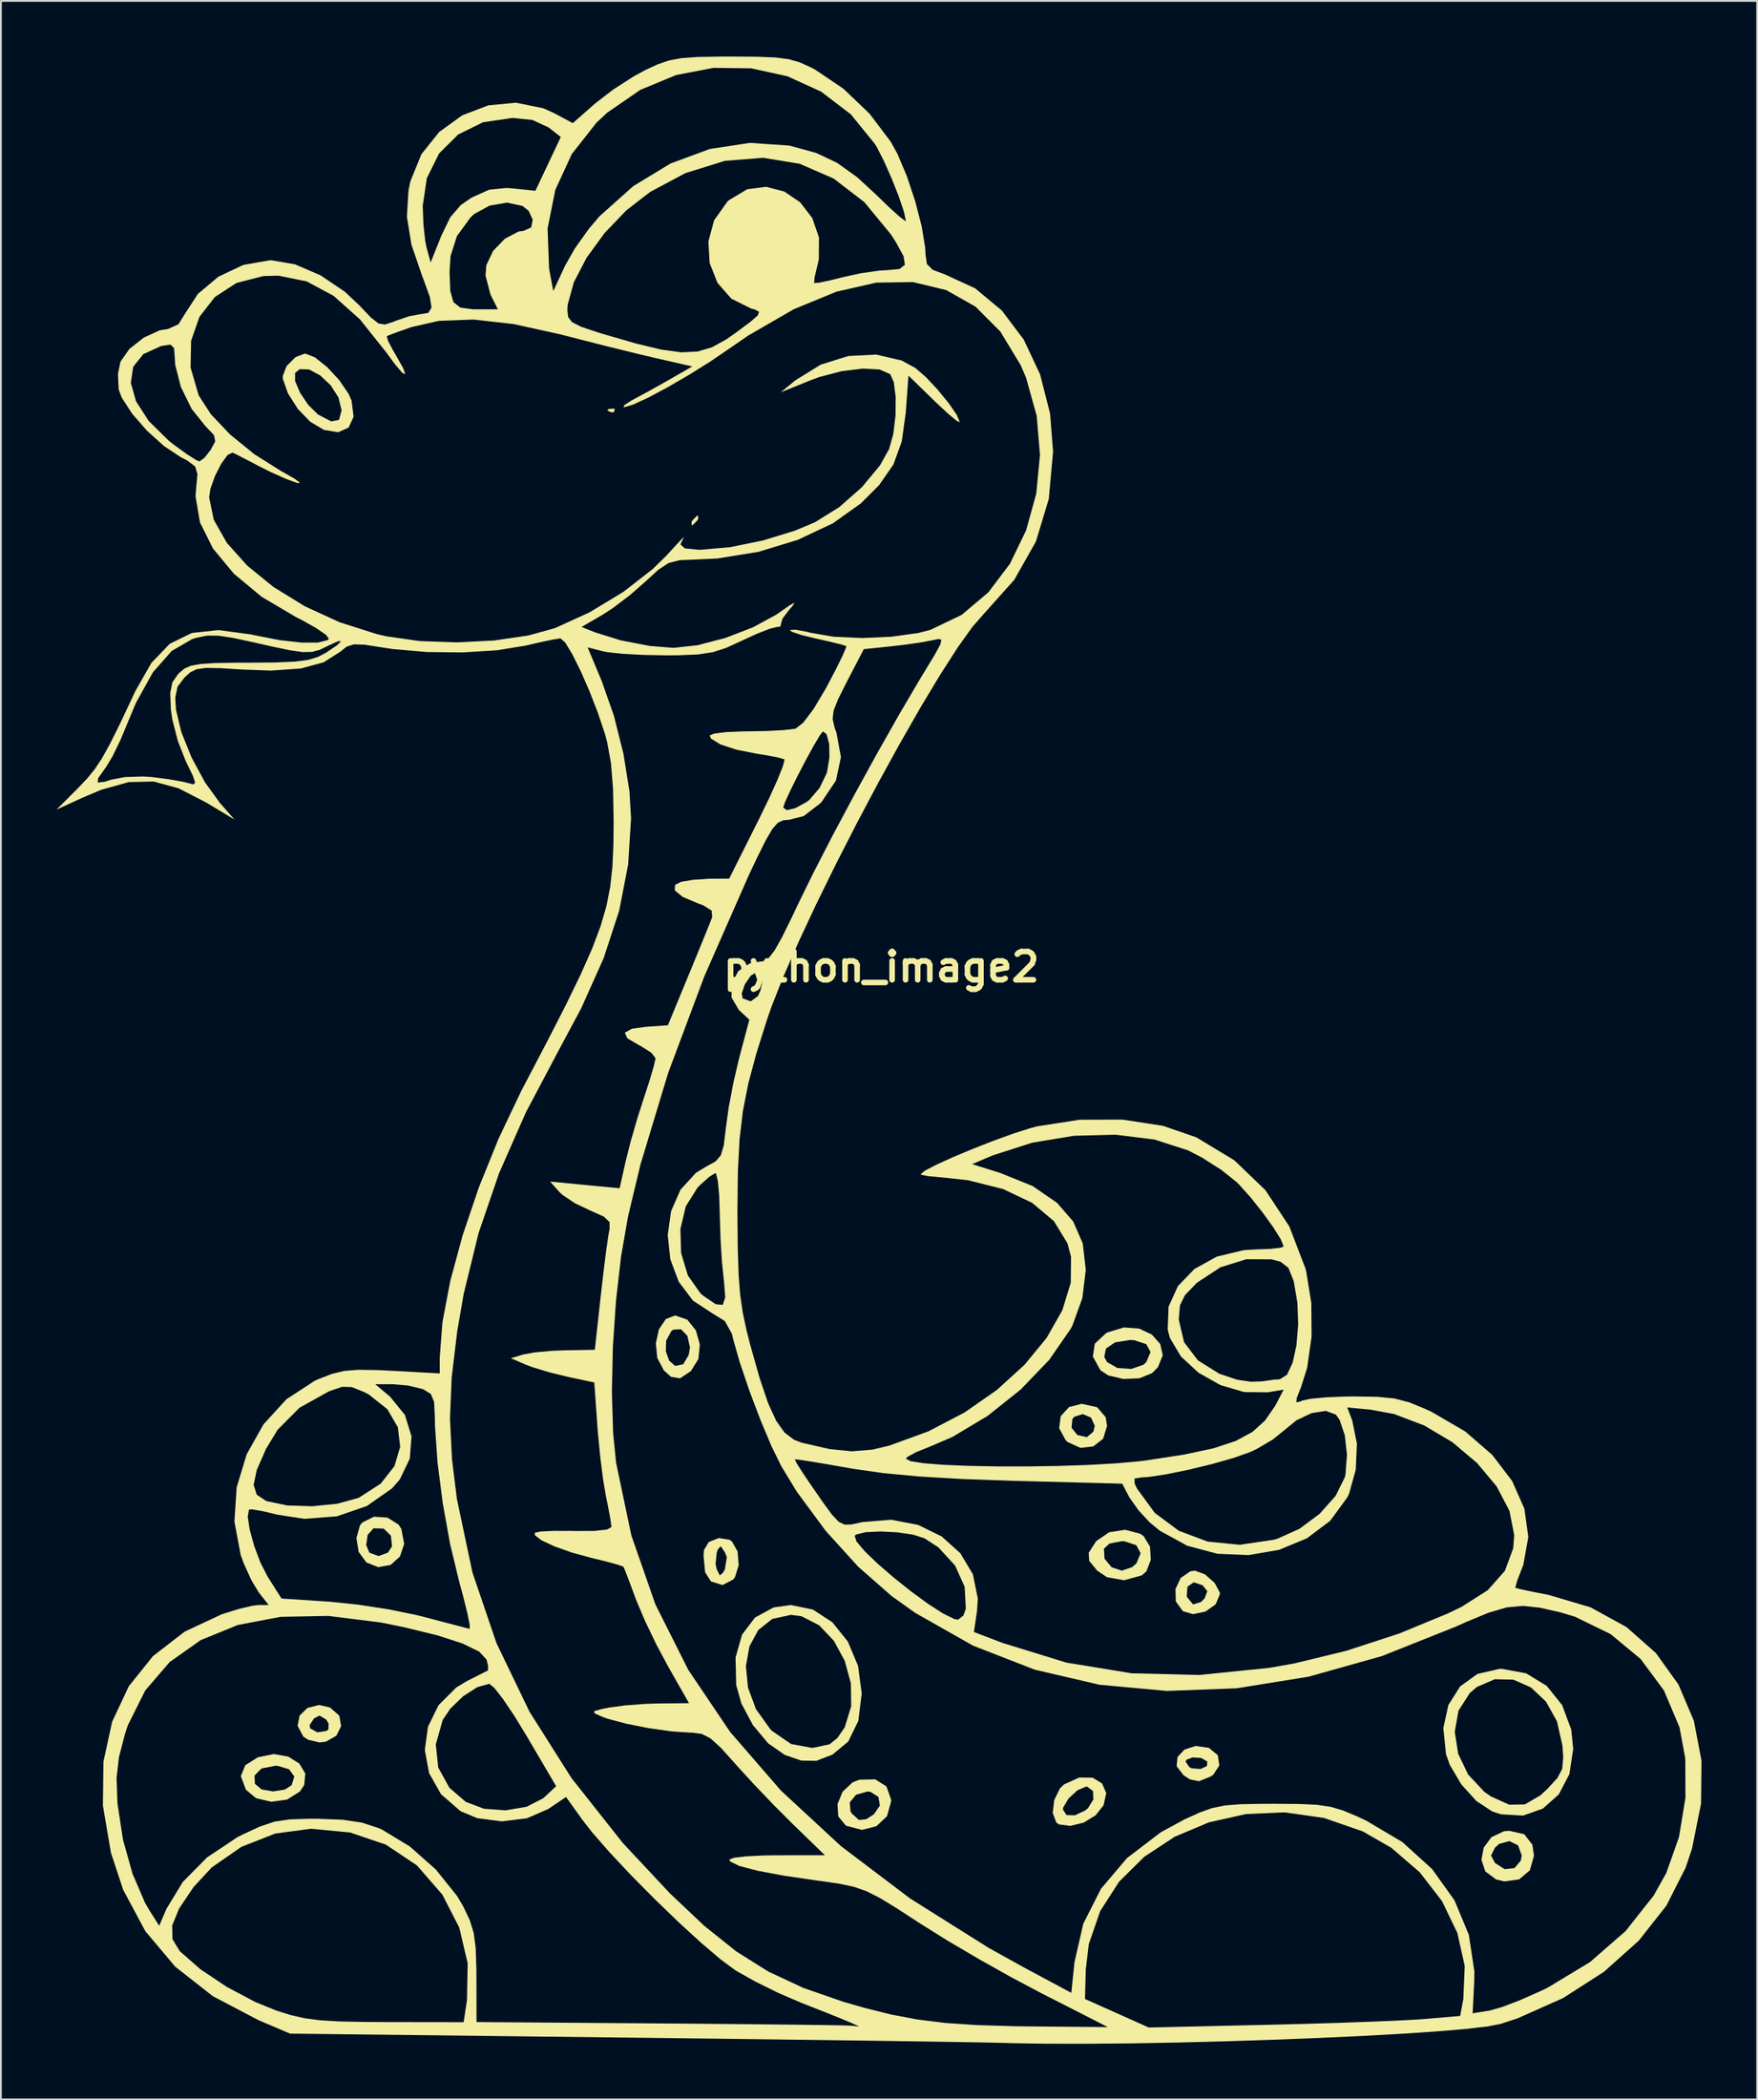
<source format=kicad_pcb>
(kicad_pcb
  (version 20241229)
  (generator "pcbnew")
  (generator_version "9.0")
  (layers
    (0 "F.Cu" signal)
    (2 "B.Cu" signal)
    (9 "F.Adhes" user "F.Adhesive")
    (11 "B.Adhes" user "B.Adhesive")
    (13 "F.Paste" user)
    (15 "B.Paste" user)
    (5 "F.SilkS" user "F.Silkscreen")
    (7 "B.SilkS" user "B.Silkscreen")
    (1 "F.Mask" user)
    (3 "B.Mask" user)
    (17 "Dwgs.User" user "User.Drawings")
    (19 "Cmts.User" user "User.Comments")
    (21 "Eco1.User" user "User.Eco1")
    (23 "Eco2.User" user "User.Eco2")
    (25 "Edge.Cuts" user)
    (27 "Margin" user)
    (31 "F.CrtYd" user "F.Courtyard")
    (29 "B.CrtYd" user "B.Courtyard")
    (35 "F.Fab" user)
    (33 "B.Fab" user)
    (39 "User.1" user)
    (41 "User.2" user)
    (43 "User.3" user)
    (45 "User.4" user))
  (footprint "python_image2"
    (layer "F.Cu")
    (at 44.473 49.08)
    (property "Reference" "python_image2" (at 0 0 0) (layer "F.SilkS") (effects (font (size 1.524 1.524) (thickness 0.3))))
    (attr board_only exclude_from_pos_files exclude_from_bom)
    (fp_poly (pts (xy -14.376 -30.074) (xy -14.412 -29.917) (xy -14.552 -29.898) (xy -14.77 -29.995) (xy -14.728 -30.074) (xy -14.414 -30.106)) (stroke (width 0) (type solid)) (fill yes) (layer "F.SilkS"))
    (fp_poly (pts (xy -9.873 -24.171) (xy -9.922 -24.077) (xy -10.171 -23.824) (xy -10.218 -23.812) (xy -10.236 -23.983) (xy -10.186 -24.077) (xy -9.937 -24.33) (xy -9.891 -24.342)) (stroke (width 0) (type solid)) (fill yes) (layer "F.SilkS"))
    (fp_poly (pts (xy -29.732 39.919) (xy -29.228 40.36) (xy -29.128 40.92) (xy -29.385 41.44) (xy -29.953 41.764) (xy -30.295 41.804) (xy -30.902 41.661) (xy -31.168 41.487) (xy -31.476 40.909) (xy -31.469 40.873) (xy -30.828 40.873) (xy -30.805 41.04) (xy -30.416 41.259) (xy -29.928 41.186) (xy -29.812 41.101) (xy -29.805 40.783) (xy -29.935 40.568) (xy -30.296 40.354) (xy -30.592 40.508) (xy -30.828 40.873) (xy -31.469 40.873) (xy -31.368 40.357) (xy -30.947 39.944) (xy -30.319 39.785)) (stroke (width 0) (type solid)) (fill yes) (layer "F.SilkS"))
    (fp_poly (pts (xy 17.661 42.095) (xy 18.143 42.492) (xy 18.224 43.045) (xy 17.893 43.551) (xy 17.744 43.647) (xy 17.127 43.894) (xy 16.633 43.793) (xy 16.294 43.573) (xy 15.922 43.085) (xy 15.946 42.84) (xy 16.404 42.84) (xy 16.613 43.139) (xy 16.735 43.198) (xy 17.215 43.236) (xy 17.557 43.074) (xy 17.578 42.835) (xy 17.25 42.642) (xy 16.783 42.611) (xy 16.444 42.74) (xy 16.404 42.84) (xy 15.946 42.84) (xy 15.97 42.59) (xy 16.344 42.191) (xy 16.945 41.994)) (stroke (width 0) (type solid)) (fill yes) (layer "F.SilkS"))
    (fp_poly (pts (xy 11.638 23.734) (xy 12.094 24.269) (xy 12.171 24.739) (xy 11.958 25.432) (xy 11.426 25.845) (xy 10.735 25.923) (xy 10.046 25.61) (xy 9.941 25.513) (xy 9.588 24.866) (xy 9.591 24.841) (xy 10.257 24.841) (xy 10.569 25.231) (xy 11.073 25.344) (xy 11.088 25.342) (xy 11.435 25.049) (xy 11.509 24.739) (xy 11.307 24.291) (xy 10.859 24.103) (xy 10.406 24.246) (xy 10.299 24.373) (xy 10.257 24.841) (xy 9.591 24.841) (xy 9.67 24.218) (xy 10.119 23.726) (xy 10.804 23.548)) (stroke (width 0) (type solid)) (fill yes) (layer "F.SilkS"))
    (fp_poly (pts (xy 17.449 32.742) (xy 17.968 33.2) (xy 18.248 33.717) (xy 18.256 33.802) (xy 18.027 34.358) (xy 17.474 34.75) (xy 16.796 34.887) (xy 16.253 34.723) (xy 15.878 34.201) (xy 15.87 33.904) (xy 16.467 33.904) (xy 16.493 33.981) (xy 16.807 34.363) (xy 17.234 34.236) (xy 17.433 34.034) (xy 17.576 33.65) (xy 17.322 33.331) (xy 16.848 33.171) (xy 16.506 33.406) (xy 16.467 33.904) (xy 15.87 33.904) (xy 15.859 33.543) (xy 16.138 32.939) (xy 16.659 32.578) (xy 16.907 32.544)) (stroke (width 0) (type solid)) (fill yes) (layer "F.SilkS"))
    (fp_poly (pts (xy -26.629 29.684) (xy -26.032 30.06) (xy -25.881 30.295) (xy -25.729 31.099) (xy -25.958 31.78) (xy -26.46 32.233) (xy -27.126 32.354) (xy -27.764 32.103) (xy -28.181 31.537) (xy -28.243 31.168) (xy -27.777 31.168) (xy -27.605 31.574) (xy -27.114 31.757) (xy -26.609 31.573) (xy -26.384 31.231) (xy -26.445 30.657) (xy -26.834 30.276) (xy -27.38 30.257) (xy -27.381 30.257) (xy -27.7 30.616) (xy -27.777 31.168) (xy -28.243 31.168) (xy -28.306 30.785) (xy -28.112 30.1) (xy -27.993 29.951) (xy -27.359 29.635)) (stroke (width 0) (type solid)) (fill yes) (layer "F.SilkS"))
    (fp_poly (pts (xy -8.194 30.877) (xy -8.057 30.967) (xy -7.751 31.51) (xy -7.693 32.247) (xy -7.891 32.895) (xy -7.99 33.02) (xy -8.565 33.32) (xy -9.188 33.123) (xy -9.503 32.627) (xy -9.543 32.196) (xy -8.938 32.196) (xy -8.874 32.478) (xy -8.71 32.8) (xy -8.537 32.652) (xy -8.436 32.478) (xy -8.332 31.811) (xy -8.436 31.552) (xy -8.656 31.229) (xy -8.804 31.377) (xy -8.874 31.552) (xy -8.938 32.196) (xy -9.543 32.196) (xy -9.587 31.734) (xy -9.567 31.437) (xy -9.303 30.998) (xy -8.767 30.787)) (stroke (width 0) (type solid)) (fill yes) (layer "F.SilkS"))
    (fp_poly (pts (xy 34.666 46.753) (xy 35.104 47.315) (xy 35.19 47.91) (xy 34.969 48.695) (xy 34.394 49.184) (xy 33.591 49.297) (xy 33.147 49.189) (xy 32.566 48.757) (xy 32.358 48.136) (xy 32.401 47.901) (xy 32.876 47.901) (xy 33.084 48.299) (xy 33.608 48.637) (xy 34.137 48.578) (xy 34.482 48.176) (xy 34.528 47.89) (xy 34.331 47.347) (xy 33.863 47.123) (xy 33.313 47.271) (xy 33.084 47.48) (xy 32.876 47.901) (xy 32.401 47.901) (xy 32.481 47.472) (xy 32.898 46.909) (xy 33.569 46.592) (xy 33.855 46.567)) (stroke (width 0) (type solid)) (fill yes) (layer "F.SilkS"))
    (fp_poly (pts (xy -31.98 42.568) (xy -31.382 42.944) (xy -31.062 43.479) (xy -31.117 44.095) (xy -31.352 44.449) (xy -32.043 44.884) (xy -32.9 45.002) (xy -33.718 44.809) (xy -34.263 44.355) (xy -34.536 43.624) (xy -34.522 43.588) (xy -33.8 43.588) (xy -33.778 44.035) (xy -33.417 44.338) (xy -32.8 44.444) (xy -32.163 44.345) (xy -31.798 44.11) (xy -31.652 43.639) (xy -31.937 43.251) (xy -32.556 43.064) (xy -32.666 43.061) (xy -33.419 43.204) (xy -33.8 43.588) (xy -34.522 43.588) (xy -34.3 43.034) (xy -33.624 42.607) (xy -32.76 42.429)) (stroke (width 0) (type solid)) (fill yes) (layer "F.SilkS"))
    (fp_poly (pts (xy -10.463 19.012) (xy -10.003 19.585) (xy -9.788 20.345) (xy -9.864 21.132) (xy -10.273 21.787) (xy -10.854 22.174) (xy -11.342 22.094) (xy -11.733 21.741) (xy -12.083 21.075) (xy -12.117 20.72) (xy -11.621 20.72) (xy -11.44 21.224) (xy -11.117 21.507) (xy -10.707 21.422) (xy -10.669 21.393) (xy -10.385 20.91) (xy -10.319 20.505) (xy -10.462 19.88) (xy -10.807 19.526) (xy -11.223 19.552) (xy -11.33 19.638) (xy -11.603 20.142) (xy -11.621 20.72) (xy -12.117 20.72) (xy -12.159 20.284) (xy -11.993 19.532) (xy -11.619 18.979) (xy -11.122 18.785)) (stroke (width 0) (type solid)) (fill yes) (layer "F.SilkS"))
    (fp_poly (pts (xy 0.275 44.175) (xy 0.527 44.89) (xy 0.529 44.973) (xy 0.306 45.778) (xy -0.268 46.319) (xy -1.046 46.519) (xy -1.884 46.3) (xy -1.918 46.281) (xy -2.323 45.791) (xy -2.365 45.131) (xy -2.326 45.036) (xy -1.704 45.036) (xy -1.662 45.532) (xy -1.587 45.641) (xy -1.207 45.984) (xy -0.816 45.944) (xy -0.404 45.679) (xy -0.077 45.209) (xy -0.159 44.738) (xy -0.592 44.464) (xy -0.753 44.45) (xy -1.364 44.623) (xy -1.704 45.036) (xy -2.326 45.036) (xy -2.092 44.465) (xy -1.552 43.957) (xy -1.192 43.813) (xy -0.33 43.794)) (stroke (width 0) (type solid)) (fill yes) (layer "F.SilkS"))
    (fp_poly (pts (xy 11.385 43.703) (xy 11.899 44.011) (xy 12.127 44.535) (xy 11.982 45.188) (xy 11.558 45.727) (xy 10.915 46.125) (xy 10.181 46.304) (xy 9.576 46.222) (xy 9.437 46.126) (xy 9.242 45.608) (xy 9.264 45.417) (xy 9.79 45.417) (xy 9.981 45.718) (xy 10.44 45.732) (xy 10.996 45.468) (xy 11.14 45.351) (xy 11.433 44.879) (xy 11.413 44.423) (xy 11.099 44.189) (xy 11.039 44.185) (xy 10.572 44.383) (xy 10.087 44.833) (xy 9.803 45.317) (xy 9.79 45.417) (xy 9.264 45.417) (xy 9.322 44.912) (xy 9.63 44.281) (xy 9.848 44.068) (xy 10.672 43.693)) (stroke (width 0) (type solid)) (fill yes) (layer "F.SilkS"))
    (fp_poly (pts (xy 13.954 30.551) (xy 14.141 30.68) (xy 14.485 31.244) (xy 14.531 31.955) (xy 14.292 32.578) (xy 14.04 32.799) (xy 13.092 33.059) (xy 12.168 32.897) (xy 11.642 32.544) (xy 11.211 32.021) (xy 11.181 31.58) (xy 11.324 31.356) (xy 12.001 31.356) (xy 12.033 31.899) (xy 12.419 32.362) (xy 12.965 32.544) (xy 13.521 32.353) (xy 13.756 32.15) (xy 13.98 31.6) (xy 13.745 31.169) (xy 13.117 30.962) (xy 12.965 30.956) (xy 12.305 31.081) (xy 12.001 31.356) (xy 11.324 31.356) (xy 11.546 31.009) (xy 11.6 30.941) (xy 12.278 30.476) (xy 13.143 30.338)) (stroke (width 0) (type solid)) (fill yes) (layer "F.SilkS"))
    (fp_poly (pts (xy 13.907 19.495) (xy 14.587 19.817) (xy 15.037 20.322) (xy 15.173 20.933) (xy 14.913 21.576) (xy 14.597 21.894) (xy 13.918 22.172) (xy 13.048 22.209) (xy 12.234 22.019) (xy 11.815 21.741) (xy 11.419 21.026) (xy 12.02 21.026) (xy 12.171 21.299) (xy 12.731 21.62) (xy 13.474 21.669) (xy 14.128 21.444) (xy 14.285 21.302) (xy 14.517 20.754) (xy 14.282 20.332) (xy 13.639 20.12) (xy 13.402 20.108) (xy 12.598 20.237) (xy 12.11 20.57) (xy 12.02 21.026) (xy 11.419 21.026) (xy 11.404 20.999) (xy 11.509 20.308) (xy 12.115 19.742) (xy 12.19 19.701) (xy 13.081 19.431)) (stroke (width 0) (type solid)) (fill yes) (layer "F.SilkS"))
    (fp_poly (pts (xy -30.548 -32.868) (xy -29.888 -32.345) (xy -29.237 -31.645) (xy -28.732 -30.906) (xy -28.567 -30.536) (xy -28.457 -29.663) (xy -28.728 -29.078) (xy -29.291 -28.827) (xy -30.057 -28.955) (xy -30.794 -29.392) (xy -31.458 -30.078) (xy -31.991 -30.912) (xy -32.266 -31.686) (xy -32.279 -31.85) (xy -32.213 -32.022) (xy -31.613 -32.022) (xy -31.613 -31.59) (xy -31.342 -30.956) (xy -30.899 -30.297) (xy -30.381 -29.79) (xy -30.37 -29.782) (xy -29.666 -29.414) (xy -29.244 -29.493) (xy -29.104 -30.01) (xy -29.27 -30.7) (xy -29.691 -31.357) (xy -30.257 -31.891) (xy -30.853 -32.212) (xy -31.368 -32.229) (xy -31.613 -32.022) (xy -32.213 -32.022) (xy -32.069 -32.397) (xy -31.585 -32.88) (xy -31.079 -33.073)) (stroke (width 0) (type solid)) (fill yes) (layer "F.SilkS"))
    (fp_poly (pts (xy -3.686 34.643) (xy -2.639 35.329) (xy -1.806 36.367) (xy -1.257 37.674) (xy -1.058 39.161) (xy -1.241 40.639) (xy -1.784 41.753) (xy -2.637 42.461) (xy -3.504 42.793) (xy -4.316 42.782) (xy -5.21 42.475) (xy -6.106 41.85) (xy -6.924 40.871) (xy -7.545 39.709) (xy -7.826 38.713) (xy -7.85 37.688) (xy -7.303 37.688) (xy -7.19 38.85) (xy -6.759 40.013) (xy -5.993 41.082) (xy -5.9 41.178) (xy -4.866 41.89) (xy -3.722 42.101) (xy -2.79 41.904) (xy -2.37 41.564) (xy -1.975 40.991) (xy -1.626 39.85) (xy -1.643 38.618) (xy -1.972 37.406) (xy -2.56 36.326) (xy -3.354 35.488) (xy -4.302 35.002) (xy -4.872 34.925) (xy -5.881 35.145) (xy -6.632 35.741) (xy -7.112 36.62) (xy -7.303 37.688) (xy -7.85 37.688) (xy -7.861 37.224) (xy -7.51 35.991) (xy -6.815 35.073) (xy -5.814 34.527) (xy -4.879 34.396)) (stroke (width 0) (type solid)) (fill yes) (layer "F.SilkS"))
    (fp_poly (pts (xy 34.768 38.078) (xy 35.877 38.755) (xy 36.71 39.793) (xy 37.202 41.116) (xy 37.306 42.156) (xy 37.099 43.514) (xy 36.528 44.605) (xy 35.67 45.369) (xy 34.605 45.747) (xy 33.408 45.678) (xy 32.937 45.523) (xy 32.08 44.958) (xy 31.268 44.059) (xy 30.651 43.012) (xy 30.445 42.429) (xy 30.323 41.225) (xy 30.919 41.225) (xy 31.102 42.415) (xy 31.643 43.538) (xy 32.519 44.473) (xy 32.872 44.716) (xy 33.854 45.16) (xy 34.698 45.146) (xy 35.535 44.658) (xy 35.91 44.312) (xy 36.455 43.721) (xy 36.713 43.227) (xy 36.766 42.597) (xy 36.725 41.978) (xy 36.43 40.663) (xy 35.835 39.6) (xy 35.023 38.836) (xy 34.077 38.419) (xy 33.08 38.396) (xy 32.114 38.812) (xy 31.73 39.138) (xy 31.12 40.092) (xy 30.919 41.225) (xy 30.323 41.225) (xy 30.304 41.029) (xy 30.574 39.789) (xy 31.204 38.789) (xy 32.14 38.112) (xy 33.329 37.838) (xy 33.451 37.835)) (stroke (width 0) (type solid)) (fill yes) (layer "F.SilkS"))
    (fp_poly (pts (xy -6.688 -49.071) (xy -5.705 -49.031) (xy -4.988 -48.938) (xy -4.409 -48.772) (xy -3.835 -48.514) (xy -3.572 -48.377) (xy -2.047 -47.348) (xy -0.632 -45.996) (xy 0.504 -44.492) (xy 0.864 -43.843) (xy 1.376 -42.632) (xy 1.832 -41.259) (xy 2.179 -39.91) (xy 2.364 -38.776) (xy 2.381 -38.434) (xy 2.454 -37.901) (xy 2.768 -37.584) (xy 3.397 -37.35) (xy 5.059 -36.585) (xy 6.499 -35.388) (xy 7.679 -33.821) (xy 8.558 -31.951) (xy 9.097 -29.839) (xy 9.26 -27.786) (xy 9.029 -25.233) (xy 8.332 -22.931) (xy 7.165 -20.869) (xy 5.537 -19.05) (xy 4.917 -18.345) (xy 4.116 -17.223) (xy 3.171 -15.753) (xy 2.117 -14.001) (xy 0.991 -12.033) (xy -0.173 -9.918) (xy -1.337 -7.722) (xy -2.467 -5.512) (xy -3.526 -3.355) (xy -4.478 -1.317) (xy -5.288 0.533) (xy -5.919 2.128) (xy -6.146 2.778) (xy -6.737 4.651) (xy -7.169 6.259) (xy -7.464 7.753) (xy -7.645 9.289) (xy -7.736 11.019) (xy -7.759 13.098) (xy -7.758 13.494) (xy -7.741 15.236) (xy -7.697 16.582) (xy -7.613 17.665) (xy -7.476 18.619) (xy -7.272 19.577) (xy -7.069 20.373) (xy -6.561 22.169) (xy -6.107 23.512) (xy -5.671 24.467) (xy -5.217 25.103) (xy -4.71 25.487) (xy -4.291 25.646) (xy -2.794 25.988) (xy -1.588 26.11) (xy -0.487 26.019) (xy 0.43 25.802) (xy 2.541 25.031) (xy 4.492 24.013) (xy 6.234 22.799) (xy 7.724 21.441) (xy 8.914 19.992) (xy 9.759 18.504) (xy 10.212 17.029) (xy 10.228 15.62) (xy 10.037 14.9) (xy 9.306 13.701) (xy 8.133 12.716) (xy 6.569 11.971) (xy 4.667 11.494) (xy 3.241 11.34) (xy 2.554 11.279) (xy 2.156 11.204) (xy 2.117 11.176) (xy 2.348 10.982) (xy 2.968 10.658) (xy 3.868 10.25) (xy 4.936 9.803) (xy 6.063 9.362) (xy 7.138 8.974) (xy 8.052 8.682) (xy 8.386 8.593) (xy 10.692 8.234) (xy 13.009 8.228) (xy 15.191 8.564) (xy 16.986 9.184) (xy 19.031 10.42) (xy 20.709 12.031) (xy 21.997 13.984) (xy 22.866 16.248) (xy 22.909 16.411) (xy 23.184 18.119) (xy 23.198 19.92) (xy 22.96 21.604) (xy 22.642 22.614) (xy 22.399 23.232) (xy 22.376 23.469) (xy 22.58 23.429) (xy 22.69 23.377) (xy 23.153 23.276) (xy 23.994 23.198) (xy 25.063 23.155) (xy 25.532 23.151) (xy 26.762 23.172) (xy 27.666 23.262) (xy 28.447 23.463) (xy 29.308 23.815) (xy 29.686 23.991) (xy 31.487 25.043) (xy 32.94 26.302) (xy 34.013 27.709) (xy 34.673 29.204) (xy 34.885 30.729) (xy 34.616 32.225) (xy 34.525 32.461) (xy 34.287 33.079) (xy 34.188 33.44) (xy 34.194 33.472) (xy 34.469 33.544) (xy 35.121 33.682) (xy 35.983 33.851) (xy 38.239 34.52) (xy 40.172 35.579) (xy 41.761 36.981) (xy 42.981 38.682) (xy 43.81 40.633) (xy 44.224 42.788) (xy 44.199 45.101) (xy 43.712 47.525) (xy 43.366 48.559) (xy 42.33 50.602) (xy 40.84 52.491) (xy 38.961 54.171) (xy 36.758 55.586) (xy 34.295 56.682) (xy 33.376 56.982) (xy 32.675 57.116) (xy 31.511 57.25) (xy 29.951 57.381) (xy 28.06 57.508) (xy 25.904 57.628) (xy 23.551 57.737) (xy 21.066 57.835) (xy 18.515 57.917) (xy 15.964 57.982) (xy 13.48 58.027) (xy 11.129 58.049) (xy 8.978 58.047) (xy 7.091 58.017) (xy 6.615 58.003) (xy 5.967 57.987) (xy 4.841 57.966) (xy 3.285 57.941) (xy 1.351 57.912) (xy -0.911 57.879) (xy -3.452 57.845) (xy -6.22 57.808) (xy -9.167 57.771) (xy -12.242 57.733) (xy -13.758 57.715) (xy -31.882 57.501) (xy -33.589 56.773) (xy -36.049 55.482) (xy -38.078 53.889) (xy -39.685 51.981) (xy -40.881 49.748) (xy -41.539 47.758) (xy -41.973 45.215) (xy -41.957 43.719) (xy -41.237 43.719) (xy -41.194 44.998) (xy -41.182 45.141) (xy -40.893 47.041) (xy -40.38 48.875) (xy -39.704 50.447) (xy -39.459 50.868) (xy -38.94 51.687) (xy -38.933 51.672) (xy -38.239 51.672) (xy -38.222 52.412) (xy -37.83 53.055) (xy -37.816 53.069) (xy -36.722 54.028) (xy -35.304 54.977) (xy -33.757 55.798) (xy -32.604 56.265) (xy -31.841 56.504) (xy -31.106 56.672) (xy -30.282 56.781) (xy -29.249 56.844) (xy -27.889 56.872) (xy -26.673 56.879) (xy -22.522 56.885) (xy -22.343 55.695) (xy -22.305 53.711) (xy -22.759 51.784) (xy -23.672 50.007) (xy -25.008 48.47) (xy -25.081 48.405) (xy -26.719 47.312) (xy -28.638 46.66) (xy -30.747 46.457) (xy -32.675 46.714) (xy -34.503 47.43) (xy -36.106 48.542) (xy -37.09 49.604) (xy -37.867 50.761) (xy -38.239 51.672) (xy -38.933 51.672) (xy -38.551 50.781) (xy -37.666 49.325) (xy -36.358 48.003) (xy -34.734 46.919) (xy -34.456 46.776) (xy -33.503 46.335) (xy -32.723 46.075) (xy -31.903 45.951) (xy -30.832 45.917) (xy -30.433 45.918) (xy -29.052 45.97) (xy -28.009 46.126) (xy -27.115 46.419) (xy -26.929 46.501) (xy -25.433 47.406) (xy -24.021 48.656) (xy -22.878 50.08) (xy -22.537 50.657) (xy -22.192 51.387) (xy -21.981 52.075) (xy -21.873 52.893) (xy -21.836 54.016) (xy -21.833 54.435) (xy -21.828 56.878) (xy -12.039 56.951) (xy -9.795 56.969) (xy -7.703 56.988) (xy -5.827 57.007) (xy -4.229 57.025) (xy -2.97 57.042) (xy -2.114 57.057) (xy -1.723 57.069) (xy -1.72 57.069) (xy -1.191 57.114) (xy -1.72 56.88) (xy -2.209 56.677) (xy -3.034 56.345) (xy -4.038 55.95) (xy -4.3 55.847) (xy -5.525 55.321) (xy -6.794 54.697) (xy -7.839 54.108) (xy -7.872 54.087) (xy -8.673 53.496) (xy -9.729 52.596) (xy -10.947 51.48) (xy -12.234 50.236) (xy -13.499 48.958) (xy -14.647 47.735) (xy -15.588 46.658) (xy -16.113 45.985) (xy -17.003 44.743) (xy -17.956 45.39) (xy -19.108 45.892) (xy -20.46 46.059) (xy -21.796 45.885) (xy -22.69 45.51) (xy -23.743 44.596) (xy -24.384 43.463) (xy -24.616 42.216) (xy -24.575 41.909) (xy -24.024 41.909) (xy -23.895 43.155) (xy -23.29 44.25) (xy -22.411 45.006) (xy -21.423 45.38) (xy -20.261 45.465) (xy -19.131 45.273) (xy -18.238 44.817) (xy -18.159 44.747) (xy -17.536 44.162) (xy -19.153 41.41) (xy -19.808 40.342) (xy -20.4 39.465) (xy -20.864 38.869) (xy -21.134 38.643) (xy -21.135 38.643) (xy -21.788 38.823) (xy -22.549 39.314) (xy -23.242 39.981) (xy -23.652 40.592) (xy -24.024 41.909) (xy -24.575 41.909) (xy -24.446 40.959) (xy -23.879 39.799) (xy -22.92 38.841) (xy -22.349 38.497) (xy -21.696 38.167) (xy -21.276 37.955) (xy -21.209 37.922) (xy -21.205 37.67) (xy -21.291 37.332) (xy -21.681 36.911) (xy -22.573 36.474) (xy -23.942 36.029) (xy -25.76 35.586) (xy -27.003 35.335) (xy -29.824 34.983) (xy -32.398 35.033) (xy -34.7 35.472) (xy -36.702 36.288) (xy -38.376 37.471) (xy -39.696 39.007) (xy -40.632 40.884) (xy -40.787 41.352) (xy -41.112 42.609) (xy -41.237 43.719) (xy -41.957 43.719) (xy -41.947 42.847) (xy -41.477 40.69) (xy -40.579 38.777) (xy -39.27 37.146) (xy -37.566 35.831) (xy -35.571 34.897) (xy -34.681 34.618) (xy -33.919 34.436) (xy -33.589 34.396) (xy -33.035 34.396) (xy -33.567 33.719) (xy -33.964 33.065) (xy -34.373 32.167) (xy -34.545 31.698) (xy -34.883 29.894) (xy -34.866 29.632) (xy -34.165 29.632) (xy -34.057 30.343) (xy -33.814 31.221) (xy -33.481 32.11) (xy -33.101 32.854) (xy -33.094 32.864) (xy -32.344 34.047) (xy -29.732 34.219) (xy -28.232 34.373) (xy -26.577 34.627) (xy -25.069 34.935) (xy -24.739 35.017) (xy -23.682 35.295) (xy -22.829 35.518) (xy -22.302 35.655) (xy -22.197 35.682) (xy -22.197 35.461) (xy -22.323 34.837) (xy -22.552 33.911) (xy -22.777 33.082) (xy -23.254 31.098) (xy -23.649 28.904) (xy -23.931 26.713) (xy -24.069 24.739) (xy -24.077 24.213) (xy -24.117 23.441) (xy -24.291 23.021) (xy -24.68 22.777) (xy -24.756 22.748) (xy -25.51 22.565) (xy -26.364 22.49) (xy -27.293 22.49) (xy -26.486 23.168) (xy -25.688 24.152) (xy -25.334 25.304) (xy -25.427 26.505) (xy -25.97 27.633) (xy -26.391 28.113) (xy -27.745 29.06) (xy -29.36 29.615) (xy -31.111 29.749) (xy -32.543 29.53) (xy -33.348 29.338) (xy -33.918 29.24) (xy -34.097 29.246) (xy -34.165 29.632) (xy -34.866 29.632) (xy -34.761 28.051) (xy -34.72 27.916) (xy -33.846 27.916) (xy -33.681 28.447) (xy -33.182 28.781) (xy -33.139 28.797) (xy -32.035 29.028) (xy -30.683 29.071) (xy -29.33 28.935) (xy -28.218 28.629) (xy -28.157 28.602) (xy -26.993 27.851) (xy -26.254 26.908) (xy -25.945 25.865) (xy -26.071 24.812) (xy -26.635 23.841) (xy -27.641 23.043) (xy -27.898 22.911) (xy -28.555 22.647) (xy -29.074 22.632) (xy -29.751 22.863) (xy -29.808 22.887) (xy -31.377 23.764) (xy -32.554 24.947) (xy -33.178 25.974) (xy -33.678 27.115) (xy -33.846 27.916) (xy -34.72 27.916) (xy -34.223 26.272) (xy -33.314 24.655) (xy -32.078 23.302) (xy -30.559 22.311) (xy -30.361 22.222) (xy -29.638 21.94) (xy -28.972 21.777) (xy -28.198 21.714) (xy -27.153 21.731) (xy -26.394 21.768) (xy -23.812 21.91) (xy -23.812 21.044) (xy -23.665 19.147) (xy -23.242 16.918) (xy -22.576 14.461) (xy -21.699 11.874) (xy -20.641 9.259) (xy -19.434 6.718) (xy -19.242 6.35) (xy -18.008 3.996) (xy -17.005 2.036) (xy -16.21 0.399) (xy -15.597 -0.985) (xy -15.144 -2.185) (xy -14.826 -3.273) (xy -14.62 -4.318) (xy -14.502 -5.391) (xy -14.448 -6.561) (xy -14.434 -7.805) (xy -14.466 -9.593) (xy -14.578 -10.989) (xy -14.785 -12.128) (xy -14.905 -12.568) (xy -15.287 -13.71) (xy -15.742 -14.879) (xy -16.22 -15.971) (xy -16.673 -16.878) (xy -17.051 -17.495) (xy -17.303 -17.718) (xy -17.701 -17.654) (xy -18.438 -17.498) (xy -19.182 -17.325) (xy -20.722 -17.074) (xy -22.568 -16.958) (xy -24.518 -16.98) (xy -26.365 -17.143) (xy -26.917 -17.228) (xy -27.854 -17.374) (xy -28.436 -17.395) (xy -28.826 -17.272) (xy -29.186 -16.988) (xy -29.187 -16.987) (xy -30.074 -16.425) (xy -31.299 -16.092) (xy -32.918 -15.979) (xy -34.477 -16.037) (xy -35.651 -16.111) (xy -36.423 -16.123) (xy -36.917 -16.054) (xy -37.258 -15.889) (xy -37.565 -15.616) (xy -37.949 -15.113) (xy -38.073 -14.518) (xy -38.032 -13.864) (xy -37.747 -12.666) (xy -37.193 -11.293) (xy -36.467 -9.95) (xy -35.665 -8.843) (xy -35.663 -8.84) (xy -34.881 -7.949) (xy -36.403 -8.866) (xy -37.891 -9.632) (xy -39.235 -9.998) (xy -40.58 -9.969) (xy -42.069 -9.551) (xy -43.016 -9.153) (xy -44.473 -8.485) (xy -43.326 -9.633) (xy -43.032 -9.94) (xy -42.256 -9.94) (xy -41.87 -9.987) (xy -41.524 -10.099) (xy -40.775 -10.239) (xy -39.804 -10.27) (xy -39.341 -10.24) (xy -38.431 -10.123) (xy -37.663 -9.987) (xy -37.401 -9.921) (xy -37.096 -9.844) (xy -36.998 -9.936) (xy -37.118 -10.294) (xy -37.466 -11.018) (xy -37.514 -11.115) (xy -37.934 -12.185) (xy -38.234 -13.356) (xy -38.309 -13.886) (xy -38.342 -14.782) (xy -38.226 -15.352) (xy -37.917 -15.793) (xy -37.866 -15.845) (xy -37.584 -16.082) (xy -37.232 -16.241) (xy -36.706 -16.337) (xy -35.902 -16.387) (xy -34.718 -16.404) (xy -34.065 -16.405) (xy -32.636 -16.417) (xy -31.622 -16.463) (xy -30.911 -16.556) (xy -30.389 -16.712) (xy -29.964 -16.93) (xy -29.353 -17.34) (xy -29.126 -17.564) (xy -29.3 -17.561) (xy -29.832 -17.316) (xy -30.282 -17.1) (xy -30.698 -16.986) (xy -31.199 -16.976) (xy -31.905 -17.078) (xy -32.937 -17.295) (xy -33.734 -17.477) (xy -34.921 -17.734) (xy -35.746 -17.86) (xy -36.361 -17.864) (xy -36.914 -17.754) (xy -37.162 -17.677) (xy -38.263 -17.038) (xy -39.278 -15.887) (xy -40.196 -14.234) (xy -40.601 -13.261) (xy -41.023 -12.25) (xy -41.456 -11.357) (xy -41.81 -10.768) (xy -41.823 -10.752) (xy -42.232 -10.179) (xy -42.256 -9.94) (xy -43.032 -9.94) (xy -42.839 -10.142) (xy -42.425 -10.648) (xy -42.028 -11.244) (xy -41.595 -12.024) (xy -41.069 -13.08) (xy -40.396 -14.505) (xy -40.221 -14.882) (xy -39.358 -16.394) (xy -38.366 -17.425) (xy -37.182 -18.005) (xy -35.743 -18.163) (xy -33.986 -17.927) (xy -33.784 -17.882) (xy -32.453 -17.622) (xy -31.286 -17.489) (xy -30.386 -17.487) (xy -29.859 -17.621) (xy -29.788 -17.69) (xy -29.942 -17.903) (xy -30.473 -18.269) (xy -31.279 -18.721) (xy -31.577 -18.872) (xy -33.411 -19.954) (xy -34.912 -21.201) (xy -36.036 -22.556) (xy -36.739 -23.962) (xy -36.978 -25.362) (xy -36.945 -25.835) (xy -36.875 -26.563) (xy -36.997 -26.981) (xy -37.419 -27.299) (xy -37.787 -27.492) (xy -38.684 -28.086) (xy -39.597 -28.911) (xy -40.398 -29.827) (xy -40.957 -30.692) (xy -41.124 -31.137) (xy -41.14 -31.487) (xy -40.469 -31.487) (xy -40.188 -30.494) (xy -39.505 -29.437) (xy -38.429 -28.376) (xy -38.168 -28.17) (xy -37.482 -27.67) (xy -36.963 -27.337) (xy -36.769 -27.252) (xy -36.498 -27.45) (xy -36.161 -27.881) (xy -35.917 -28.335) (xy -35.983 -28.673) (xy -36.408 -29.118) (xy -36.43 -29.138) (xy -37.186 -30.082) (xy -37.771 -31.271) (xy -38.038 -32.318) (xy -37.247 -32.318) (xy -36.81 -30.814) (xy -36.809 -30.814) (xy -36.15 -29.794) (xy -35.112 -28.703) (xy -33.816 -27.649) (xy -32.381 -26.743) (xy -32.279 -26.688) (xy -31.641 -26.325) (xy -31.353 -26.109) (xy -31.476 -26.086) (xy -31.485 -26.088) (xy -32.095 -26.31) (xy -32.935 -26.687) (xy -33.47 -26.954) (xy -34.228 -27.349) (xy -34.79 -27.637) (xy -34.983 -27.733) (xy -35.253 -27.601) (xy -35.598 -27.124) (xy -35.934 -26.463) (xy -36.177 -25.778) (xy -36.247 -25.323) (xy -35.998 -24.111) (xy -35.293 -22.866) (xy -34.196 -21.64) (xy -32.773 -20.483) (xy -31.089 -19.447) (xy -29.211 -18.584) (xy -27.203 -17.945) (xy -26.687 -17.826) (xy -24.889 -17.57) (xy -22.895 -17.499) (xy -20.884 -17.601) (xy -19.035 -17.87) (xy -17.595 -18.269) (xy -15.722 -19.125) (xy -13.903 -20.227) (xy -12.322 -21.457) (xy -11.583 -22.184) (xy -11.039 -22.777) (xy -10.703 -23.131) (xy -10.649 -23.171) (xy -10.833 -22.782) (xy -10.6 -22.568) (xy -9.904 -22.495) (xy -9.723 -22.494) (xy -8.156 -22.632) (xy -6.389 -22.993) (xy -4.672 -23.517) (xy -3.581 -23.975) (xy -2.269 -24.792) (xy -1.049 -25.864) (xy -0.072 -27.042) (xy 0.417 -27.921) (xy 0.645 -28.738) (xy 0.764 -29.73) (xy 0.774 -30.719) (xy 0.67 -31.53) (xy 0.476 -31.962) (xy -0.095 -32.21) (xy -1.015 -32.259) (xy -2.146 -32.12) (xy -3.351 -31.803) (xy -3.836 -31.623) (xy -5.424 -30.98) (xy -4.63 -31.63) (xy -3.272 -32.471) (xy -1.782 -32.937) (xy -0.284 -33.016) (xy 1.095 -32.695) (xy 1.842 -32.286) (xy 2.398 -31.803) (xy 3.029 -31.131) (xy 3.621 -30.408) (xy 4.061 -29.774) (xy 4.233 -29.368) (xy 4.233 -29.367) (xy 4.062 -29.444) (xy 3.609 -29.819) (xy 2.966 -30.416) (xy 2.848 -30.531) (xy 1.462 -31.882) (xy 1.317 -29.888) (xy 1.101 -28.333) (xy 0.65 -27.089) (xy -0.123 -25.975) (xy -1.099 -24.998) (xy -2.619 -23.915) (xy -4.51 -23.026) (xy -6.631 -22.38) (xy -8.844 -22.022) (xy -10.045 -21.965) (xy -10.881 -21.932) (xy -11.473 -21.778) (xy -12.028 -21.413) (xy -12.691 -20.806) (xy -13.559 -20.045) (xy -14.499 -19.334) (xy -15.028 -18.991) (xy -16.166 -18.331) (xy -15.425 -18.036) (xy -14.046 -17.607) (xy -12.491 -17.308) (xy -11.207 -17.204) (xy -9.904 -17.347) (xy -8.4 -17.741) (xy -6.916 -18.314) (xy -5.667 -18.993) (xy -5.534 -19.085) (xy -4.913 -19.517) (xy -4.675 -19.641) (xy -4.782 -19.47) (xy -4.963 -19.267) (xy -5.326 -18.787) (xy -5.421 -18.479) (xy -5.409 -18.462) (xy -5.466 -18.34) (xy -5.605 -18.336) (xy -6.008 -18.238) (xy -6.722 -17.959) (xy -7.541 -17.582) (xy -8.365 -17.204) (xy -9.082 -16.972) (xy -9.872 -16.85) (xy -10.913 -16.805) (xy -11.642 -16.801) (xy -12.849 -16.824) (xy -13.948 -16.884) (xy -14.767 -16.972) (xy -14.997 -17.016) (xy -15.838 -17.232) (xy -15.084 -15.429) (xy -14.42 -13.542) (xy -13.904 -11.478) (xy -13.581 -9.459) (xy -13.496 -8.015) (xy -13.653 -5.519) (xy -14.135 -3.038) (xy -14.97 -0.485) (xy -16.184 2.227) (xy -17.33 4.366) (xy -19.169 7.841) (xy -20.618 11.13) (xy -21.721 14.352) (xy -22.521 17.626) (xy -22.873 19.663) (xy -23.168 22.129) (xy -23.26 24.347) (xy -23.15 26.556) (xy -22.887 28.673) (xy -22.048 32.645) (xy -20.748 36.461) (xy -18.973 40.146) (xy -16.707 43.727) (xy -13.938 47.228) (xy -11.401 49.94) (xy -9.546 51.692) (xy -7.822 53.071) (xy -6.089 54.158) (xy -4.207 55.037) (xy -2.038 55.789) (xy -0.936 56.106) (xy 0.527 56.472) (xy 1.944 56.74) (xy 3.445 56.926) (xy 5.159 57.042) (xy 7.213 57.103) (xy 8.29 57.116) (xy 12.214 57.15) (xy 9.24 55.634) (xy 10.98 55.634) (xy 12.7 56.403) (xy 14.42 57.172) (xy 20.902 57.025) (xy 22.829 56.976) (xy 24.695 56.92) (xy 26.398 56.859) (xy 27.833 56.799) (xy 28.9 56.742) (xy 29.297 56.713) (xy 31.21 56.549) (xy 31.381 55.639) (xy 31.457 53.858) (xy 31.058 52.071) (xy 30.233 50.36) (xy 29.03 48.803) (xy 27.496 47.482) (xy 25.959 46.599) (xy 23.873 45.876) (xy 21.753 45.574) (xy 19.661 45.664) (xy 17.66 46.113) (xy 15.811 46.891) (xy 14.177 47.968) (xy 12.82 49.311) (xy 11.802 50.891) (xy 11.185 52.676) (xy 11.024 54.04) (xy 10.98 55.634) (xy 9.24 55.634) (xy 8.61 55.313) (xy 7.01 54.465) (xy 5.263 53.484) (xy 3.571 52.489) (xy 2.138 51.594) (xy 2.039 51.53) (xy 0.827 50.741) (xy -0.075 50.191) (xy -0.799 49.825) (xy -1.475 49.587) (xy -2.234 49.425) (xy -3.208 49.283) (xy -3.44 49.253) (xy -5.27 48.984) (xy -6.687 48.718) (xy -7.657 48.462) (xy -8.147 48.224) (xy -8.202 48.123) (xy -7.956 48.023) (xy -7.295 47.945) (xy -6.332 47.896) (xy -5.622 47.887) (xy -3.043 47.884) (xy -4.793 46.187) (xy -5.806 45.174) (xy -6.882 44.048) (xy -7.814 43.028) (xy -7.941 42.883) (xy -8.68 42.065) (xy -9.218 41.581) (xy -9.678 41.346) (xy -10.185 41.277) (xy -10.31 41.275) (xy -11.318 41.208) (xy -12.547 41.033) (xy -13.775 40.79) (xy -14.779 40.519) (xy -15.05 40.42) (xy -15.464 40.233) (xy -15.485 40.117) (xy -15.062 40.001) (xy -14.684 39.926) (xy -13.814 39.807) (xy -12.713 39.725) (xy -11.998 39.703) (xy -10.37 39.688) (xy -11.506 37.694) (xy -12.135 36.516) (xy -12.741 35.257) (xy -13.203 34.166) (xy -13.245 34.056) (xy -13.559 33.209) (xy -13.798 32.586) (xy -13.908 32.328) (xy -14.177 32.23) (xy -14.817 32.055) (xy -15.597 31.865) (xy -16.682 31.569) (xy -17.626 31.234) (xy -18.328 30.906) (xy -18.683 30.629) (xy -18.681 30.499) (xy -18.36 30.432) (xy -17.654 30.397) (xy -16.704 30.399) (xy -16.54 30.404) (xy -15.482 30.401) (xy -14.793 30.327) (xy -14.552 30.193) (xy -14.604 29.797) (xy -14.738 29.077) (xy -14.845 28.559) (xy -15.001 27.644) (xy -15.156 26.426) (xy -15.282 25.131) (xy -15.308 24.796) (xy -15.442 22.901) (xy -14.53 22.901) (xy -14.464 25.107) (xy -14.304 26.722) (xy -13.481 30.639) (xy -12.185 34.36) (xy -10.411 37.89) (xy -8.155 41.236) (xy -5.412 44.401) (xy -2.179 47.393) (xy 1.55 50.215) (xy 5.778 52.874) (xy 7.701 53.941) (xy 10.243 55.303) (xy 10.415 53.647) (xy 10.888 51.578) (xy 11.84 49.698) (xy 13.242 48.042) (xy 15.068 46.646) (xy 16.345 45.954) (xy 17.154 45.586) (xy 17.828 45.345) (xy 18.515 45.203) (xy 19.366 45.134) (xy 20.532 45.113) (xy 21.167 45.111) (xy 22.507 45.12) (xy 23.472 45.164) (xy 24.215 45.272) (xy 24.891 45.471) (xy 25.651 45.79) (xy 26.141 46.017) (xy 28.097 47.177) (xy 29.699 48.631) (xy 30.906 50.319) (xy 31.679 52.179) (xy 31.976 54.15) (xy 31.968 54.724) (xy 31.882 56.405) (xy 32.808 56.256) (xy 33.464 56.071) (xy 34.42 55.706) (xy 35.508 55.225) (xy 35.939 55.018) (xy 38.206 53.649) (xy 40.131 51.973) (xy 41.65 50.052) (xy 42.328 48.835) (xy 43.012 46.9) (xy 43.358 44.784) (xy 43.35 42.676) (xy 43.039 40.991) (xy 42.196 38.998) (xy 40.94 37.305) (xy 39.324 35.964) (xy 37.403 35.027) (xy 36.655 34.801) (xy 35.518 34.541) (xy 34.591 34.442) (xy 33.722 34.523) (xy 32.753 34.806) (xy 31.531 35.31) (xy 30.984 35.557) (xy 26.987 37.15) (xy 23.041 38.258) (xy 19.171 38.884) (xy 15.402 39.028) (xy 11.759 38.693) (xy 8.266 37.879) (xy 4.948 36.588) (xy 1.83 34.821) (xy 0.547 33.907) (xy -1.251 32.327) (xy -2.757 30.666) (xy -1.439 30.666) (xy -1.34 30.971) (xy -0.894 31.498) (xy -0.193 32.173) (xy 0.672 32.92) (xy 1.608 33.666) (xy 2.525 34.336) (xy 3.331 34.855) (xy 3.933 35.15) (xy 4.128 35.19) (xy 4.424 34.964) (xy 4.556 34.594) (xy 4.492 33.411) (xy 3.976 32.269) (xy 3.078 31.289) (xy 2.328 30.799) (xy 1.714 30.603) (xy 0.867 30.478) (xy -0.041 30.431) (xy -0.838 30.467) (xy -1.353 30.592) (xy -1.439 30.666) (xy -2.757 30.666) (xy -3.003 30.395) (xy -4.566 28.276) (xy -5.391 26.918) (xy -5.576 26.542) (xy -4.669 26.542) (xy -4.559 26.766) (xy -4.224 27.293) (xy -3.88 27.802) (xy -3.16 28.844) (xy -2.663 29.524) (xy -2.299 29.908) (xy -1.98 30.063) (xy -1.618 30.054) (xy -1.123 29.947) (xy -1.027 29.925) (xy 0.53 29.798) (xy 1.981 30.075) (xy 3.249 30.696) (xy 4.259 31.603) (xy 4.935 32.737) (xy 5.201 34.039) (xy 5.159 34.715) (xy 4.991 35.851) (xy 6.53 36.438) (xy 9.972 37.499) (xy 13.489 38.075) (xy 17.129 38.168) (xy 20.94 37.781) (xy 22.275 37.543) (xy 25.079 36.861) (xy 27.926 35.932) (xy 30.568 34.842) (xy 31.282 34.497) (xy 32.7 33.595) (xy 33.622 32.552) (xy 34.071 31.339) (xy 34.125 30.636) (xy 33.869 29.318) (xy 33.172 27.994) (xy 32.119 26.737) (xy 30.792 25.62) (xy 29.274 24.717) (xy 27.648 24.099) (xy 26.398 23.867) (xy 25.122 23.744) (xy 25.394 24.457) (xy 25.643 25.701) (xy 25.58 27.098) (xy 25.223 28.387) (xy 25.128 28.589) (xy 24.205 29.852) (xy 22.945 30.8) (xy 21.446 31.421) (xy 19.806 31.703) (xy 18.122 31.633) (xy 16.492 31.199) (xy 15.014 30.389) (xy 14.462 29.934) (xy 13.854 29.274) (xy 13.38 28.601) (xy 13.35 28.545) (xy 12.989 27.854) (xy 7.09 27.699) (xy 4.334 27.602) (xy 3.896 27.576) (xy 13.651 27.576) (xy 13.659 27.854) (xy 13.782 28.112) (xy 14.744 29.43) (xy 16.042 30.395) (xy 17.597 30.977) (xy 19.329 31.148) (xy 21.156 30.878) (xy 21.354 30.823) (xy 22.546 30.287) (xy 23.636 29.476) (xy 24.493 28.513) (xy 24.987 27.52) (xy 25.028 27.346) (xy 25.107 26.288) (xy 24.99 25.244) (xy 24.71 24.414) (xy 24.51 24.132) (xy 23.968 23.93) (xy 23.205 24.048) (xy 22.379 24.439) (xy 21.709 24.989) (xy 21.101 25.477) (xy 20.259 25.973) (xy 19.884 26.15) (xy 19.012 26.46) (xy 17.852 26.791) (xy 16.577 27.1) (xy 15.364 27.349) (xy 14.386 27.495) (xy 14.025 27.517) (xy 13.651 27.576) (xy 3.896 27.576) (xy 2.03 27.466) (xy 0.101 27.284) (xy -1.531 27.051) (xy -1.715 27.018) (xy -2.881 26.813) (xy -3.833 26.654) (xy -4.464 26.559) (xy -4.669 26.542) (xy -5.576 26.542) (xy -5.593 26.507) (xy 1.323 26.507) (xy 1.573 26.642) (xy 2.269 26.752) (xy 3.328 26.836) (xy 4.667 26.893) (xy 6.202 26.923) (xy 7.851 26.925) (xy 9.53 26.899) (xy 11.158 26.844) (xy 12.65 26.759) (xy 13.925 26.645) (xy 14.287 26.599) (xy 16.32 26.287) (xy 17.9 25.95) (xy 19.103 25.554) (xy 20.008 25.066) (xy 20.689 24.45) (xy 21.224 23.675) (xy 21.319 23.499) (xy 21.692 22.788) (xy 20.824 22.929) (xy 19.563 22.916) (xy 18.281 22.538) (xy 17.103 21.873) (xy 16.153 20.997) (xy 15.556 19.99) (xy 15.44 19.548) (xy 15.463 18.951) (xy 16.042 18.951) (xy 16.044 19.04) (xy 16.322 20.224) (xy 17.062 21.201) (xy 18.227 21.93) (xy 19.182 22.25) (xy 19.934 22.36) (xy 20.505 22.34) (xy 21.185 22.245) (xy 21.485 22.229) (xy 21.874 21.982) (xy 22.179 21.329) (xy 22.385 20.385) (xy 22.475 19.268) (xy 22.434 18.097) (xy 22.244 16.987) (xy 22.219 16.896) (xy 21.952 16.222) (xy 21.525 15.889) (xy 21.034 15.76) (xy 19.674 15.755) (xy 18.288 16.187) (xy 17.044 17.002) (xy 16.982 17.058) (xy 16.378 17.682) (xy 16.101 18.237) (xy 16.042 18.951) (xy 15.463 18.951) (xy 15.488 18.312) (xy 15.992 17.202) (xy 16.881 16.281) (xy 18.086 15.614) (xy 19.537 15.265) (xy 20.151 15.228) (xy 20.975 15.198) (xy 21.535 15.133) (xy 21.694 15.067) (xy 21.537 14.678) (xy 21.125 14.021) (xy 20.553 13.227) (xy 19.915 12.425) (xy 19.306 11.745) (xy 19.15 11.589) (xy 18.326 10.933) (xy 17.278 10.268) (xy 16.536 9.884) (xy 14.724 9.301) (xy 12.629 9.041) (xy 10.388 9.099) (xy 8.136 9.472) (xy 6.007 10.155) (xy 5.888 10.205) (xy 4.895 10.628) (xy 6.431 11.111) (xy 8.164 11.813) (xy 9.475 12.717) (xy 10.343 13.716) (xy 10.859 14.901) (xy 11.023 16.329) (xy 10.837 17.852) (xy 10.305 19.322) (xy 10.206 19.511) (xy 9.057 21.172) (xy 7.52 22.773) (xy 5.732 24.199) (xy 3.832 25.335) (xy 2.592 25.867) (xy 1.87 26.157) (xy 1.411 26.407) (xy 1.323 26.507) (xy -5.593 26.507) (xy -5.926 25.827) (xy -6.522 24.41) (xy -7.112 22.853) (xy -7.625 21.34) (xy -7.992 20.059) (xy -8.056 19.779) (xy -8.437 19.089) (xy -9.088 18.687) (xy -10.159 17.984) (xy -10.924 16.97) (xy -11.379 15.756) (xy -11.518 14.451) (xy -11.473 14.129) (xy -10.836 14.129) (xy -10.796 15.424) (xy -10.433 16.629) (xy -9.758 17.588) (xy -9.586 17.736) (xy -8.929 18.18) (xy -8.553 18.216) (xy -8.418 17.812) (xy -8.485 16.938) (xy -8.495 16.867) (xy -8.594 15.904) (xy -8.671 14.665) (xy -8.711 13.404) (xy -8.712 13.295) (xy -8.745 12.295) (xy -8.816 11.537) (xy -8.911 11.142) (xy -8.946 11.113) (xy -9.249 11.287) (xy -9.742 11.724) (xy -9.916 11.9) (xy -10.546 12.903) (xy -10.836 14.129) (xy -11.473 14.129) (xy -11.338 13.166) (xy -10.833 12.012) (xy -9.999 11.097) (xy -9.427 10.75) (xy -8.939 10.481) (xy -8.655 10.155) (xy -8.497 9.617) (xy -8.387 8.711) (xy -8.384 8.671) (xy -8.229 7.56) (xy -7.975 6.226) (xy -7.678 4.954) (xy -7.671 4.926) (xy -7.118 2.841) (xy -7.681 2.317) (xy -8.079 1.643) (xy -8.076 1.426) (xy -7.53 1.426) (xy -7.479 1.693) (xy -7.043 1.852) (xy -6.652 1.568) (xy -6.517 1.257) (xy -6.374 0.611) (xy -6.432 0.327) (xy -6.704 0.265) (xy -7.042 0.469) (xy -7.358 0.932) (xy -7.53 1.426) (xy -8.076 1.426) (xy -8.069 0.892) (xy -7.715 0.224) (xy -7.081 -0.2) (xy -6.648 -0.272) (xy -6.341 -0.317) (xy -6.061 -0.499) (xy -5.755 -0.892) (xy -5.37 -1.575) (xy -4.853 -2.623) (xy -4.498 -3.372) (xy -3.673 -5.057) (xy -2.645 -7.053) (xy -1.486 -9.225) (xy -0.272 -11.435) (xy 0.922 -13.546) (xy 2.023 -15.421) (xy 2.359 -15.974) (xy 2.901 -16.87) (xy 3.187 -17.398) (xy 3.238 -17.642) (xy 3.076 -17.683) (xy 2.802 -17.624) (xy 2.164 -17.503) (xy 1.243 -17.371) (xy 0.591 -17.295) (xy -0.947 -17.134) (xy -1.867 -15.362) (xy -2.331 -14.44) (xy -2.574 -13.827) (xy -2.627 -13.369) (xy -2.522 -12.908) (xy -2.42 -12.627) (xy -2.179 -11.31) (xy -2.452 -10.044) (xy -3.223 -8.897) (xy -3.302 -8.816) (xy -4.19 -8.135) (xy -4.962 -7.938) (xy -5.301 -7.909) (xy -5.587 -7.77) (xy -5.876 -7.442) (xy -6.226 -6.846) (xy -6.695 -5.904) (xy -7.142 -4.961) (xy -9.547 0.509) (xy -11.496 5.713) (xy -12.99 10.654) (xy -13.664 13.474) (xy -14.035 15.606) (xy -14.308 17.992) (xy -14.476 20.477) (xy -14.53 22.901) (xy -15.442 22.901) (xy -15.478 22.398) (xy -16.933 22.088) (xy -17.915 21.847) (xy -18.812 21.574) (xy -19.182 21.435) (xy -19.976 21.092) (xy -19.315 20.891) (xy -18.689 20.777) (xy -17.769 20.693) (xy -17.051 20.664) (xy -15.449 20.637) (xy -15.12 17.642) (xy -14.976 16.389) (xy -14.837 15.291) (xy -14.72 14.479) (xy -14.652 14.113) (xy -14.657 13.747) (xy -14.969 13.452) (xy -15.69 13.131) (xy -15.691 13.131) (xy -16.517 12.738) (xy -17.196 12.283) (xy -17.364 12.125) (xy -17.859 11.568) (xy -15.986 11.749) (xy -14.112 11.929) (xy -13.778 10.435) (xy -13.51 9.382) (xy -13.146 8.125) (xy -12.807 7.07) (xy -12.499 6.126) (xy -12.275 5.365) (xy -12.178 4.938) (xy -12.177 4.915) (xy -12.398 4.625) (xy -12.933 4.284) (xy -13.036 4.233) (xy -13.695 3.845) (xy -13.832 3.542) (xy -13.451 3.329) (xy -12.7 3.225) (xy -11.509 3.142) (xy -10.396 0.447) (xy -9.927 -0.692) (xy -9.524 -1.679) (xy -9.236 -2.393) (xy -9.121 -2.685) (xy -9.149 -3.037) (xy -9.591 -3.321) (xy -9.883 -3.427) (xy -10.712 -3.779) (xy -11.138 -4.13) (xy -11.119 -4.431) (xy -10.787 -4.594) (xy -10.11 -4.705) (xy -9.269 -4.758) (xy -9.196 -4.759) (xy -8.206 -4.763) (xy -6.621 -7.925) (xy -6.295 -8.595) (xy -5.292 -8.595) (xy -5.1 -8.453) (xy -4.632 -8.566) (xy -4.045 -8.887) (xy -3.881 -9.008) (xy -3.338 -9.64) (xy -2.946 -10.448) (xy -2.927 -10.513) (xy -2.799 -11.294) (xy -2.814 -12.031) (xy -2.956 -12.552) (xy -3.146 -12.7) (xy -3.318 -12.484) (xy -3.651 -11.923) (xy -4.074 -11.15) (xy -4.519 -10.297) (xy -4.916 -9.497) (xy -5.197 -8.882) (xy -5.292 -8.595) (xy -6.295 -8.595) (xy -6.052 -9.094) (xy -5.604 -10.085) (xy -5.313 -10.808) (xy -5.219 -11.173) (xy -5.23 -11.198) (xy -5.587 -11.299) (xy -6.277 -11.429) (xy -6.715 -11.497) (xy -7.824 -11.717) (xy -8.681 -12.001) (xy -9.179 -12.309) (xy -9.26 -12.478) (xy -9.017 -12.583) (xy -8.372 -12.662) (xy -7.452 -12.702) (xy -7.21 -12.704) (xy -6.15 -12.723) (xy -5.244 -12.773) (xy -4.667 -12.841) (xy -4.623 -12.851) (xy -4.209 -13.173) (xy -3.65 -13.916) (xy -2.995 -15.015) (xy -2.942 -15.114) (xy -2.45 -16.05) (xy -2.085 -16.791) (xy -1.9 -17.23) (xy -1.891 -17.302) (xy -2.179 -17.391) (xy -2.831 -17.55) (xy -3.526 -17.706) (xy -4.318 -17.9) (xy -4.826 -18.071) (xy -4.94 -18.167) (xy -4.629 -18.184) (xy -4.011 -18.069) (xy -3.795 -18.012) (xy -2.56 -17.803) (xy -1.037 -17.735) (xy 0.553 -17.805) (xy 1.988 -18.005) (xy 2.65 -18.175) (xy 4.333 -18.984) (xy 5.771 -20.198) (xy 6.938 -21.743) (xy 7.807 -23.542) (xy 8.354 -25.52) (xy 8.553 -27.602) (xy 8.377 -29.711) (xy 7.802 -31.773) (xy 7.51 -32.451) (xy 6.418 -34.254) (xy 5.074 -35.601) (xy 3.5 -36.491) (xy 1.712 -36.922) (xy -0.268 -36.894) (xy -2.421 -36.406) (xy -4.729 -35.456) (xy -7.172 -34.044) (xy -8.202 -33.335) (xy -9.245 -32.625) (xy -10.392 -31.909) (xy -11.535 -31.246) (xy -12.567 -30.697) (xy -13.382 -30.319) (xy -13.872 -30.174) (xy -13.891 -30.174) (xy -13.869 -30.283) (xy -13.475 -30.538) (xy -13.361 -30.599) (xy -12.644 -30.986) (xy -11.755 -31.481) (xy -11.381 -31.694) (xy -10.194 -32.375) (xy -12.174 -32.827) (xy -13.263 -33.085) (xy -14.662 -33.43) (xy -16.173 -33.812) (xy -17.292 -34.102) (xy -19.83 -34.661) (xy -22.001 -34.904) (xy -23.86 -34.833) (xy -25.325 -34.499) (xy -26.064 -34.242) (xy -26.559 -34.054) (xy -26.671 -34) (xy -26.599 -33.752) (xy -26.321 -33.225) (xy -26.209 -33.037) (xy -25.788 -32.292) (xy -25.669 -31.956) (xy -25.824 -32.026) (xy -26.227 -32.494) (xy -26.693 -33.13) (xy -28.112 -34.91) (xy -29.533 -36.18) (xy -30.984 -36.959) (xy -32.497 -37.268) (xy -33.322 -37.248) (xy -34.776 -36.875) (xy -35.94 -36.115) (xy -36.769 -35.049) (xy -37.219 -33.756) (xy -37.247 -32.318) (xy -38.038 -32.318) (xy -38.075 -32.461) (xy -38.094 -32.771) (xy -38.135 -33.363) (xy -38.334 -33.556) (xy -38.826 -33.478) (xy -38.828 -33.478) (xy -39.796 -33.04) (xy -40.341 -32.356) (xy -40.469 -31.487) (xy -41.14 -31.487) (xy -41.162 -31.966) (xy -41.028 -32.63) (xy -40.549 -33.315) (xy -39.767 -33.931) (xy -38.903 -34.326) (xy -38.463 -34.395) (xy -37.9 -34.648) (xy -37.584 -35.158) (xy -36.852 -36.287) (xy -35.746 -37.213) (xy -34.409 -37.846) (xy -32.984 -38.096) (xy -32.883 -38.097) (xy -31.614 -37.88) (xy -30.243 -37.288) (xy -28.932 -36.406) (xy -28.142 -35.664) (xy -27.526 -35.014) (xy -27.116 -34.692) (xy -26.763 -34.635) (xy -26.316 -34.779) (xy -26.193 -34.831) (xy -25.468 -35.079) (xy -24.878 -35.189) (xy -24.856 -35.19) (xy -24.424 -35.265) (xy -24.334 -35.414) (xy -16.931 -35.414) (xy -16.888 -35.04) (xy -16.684 -34.767) (xy -16.213 -34.524) (xy -15.368 -34.237) (xy -15.035 -34.135) (xy -13.251 -33.616) (xy -11.866 -33.283) (xy -10.783 -33.137) (xy -9.903 -33.179) (xy -9.131 -33.409) (xy -8.368 -33.829) (xy -7.847 -34.192) (xy -7.066 -34.774) (xy -6.665 -35.122) (xy -6.592 -35.317) (xy -6.801 -35.436) (xy -7.032 -35.502) (xy -8.087 -36.027) (xy -8.837 -36.883) (xy -9.258 -37.951) (xy -9.326 -39.113) (xy -9.018 -40.253) (xy -8.309 -41.251) (xy -8.212 -41.341) (xy -7.234 -41.927) (xy -6.214 -42.06) (xy -5.234 -41.805) (xy -4.376 -41.222) (xy -3.725 -40.375) (xy -3.363 -39.326) (xy -3.373 -38.137) (xy -3.459 -37.768) (xy -3.601 -37.183) (xy -3.625 -36.877) (xy -3.621 -36.87) (xy -3.348 -36.892) (xy -2.718 -37.026) (xy -2.104 -37.181) (xy -1.085 -37.403) (xy -0.095 -37.543) (xy 0.331 -37.568) (xy 0.981 -37.629) (xy 1.269 -37.854) (xy 1.2 -38.314) (xy 0.782 -39.08) (xy 0.513 -39.497) (xy -0.915 -41.231) (xy -2.568 -42.502) (xy -4.403 -43.302) (xy -6.376 -43.623) (xy -8.444 -43.458) (xy -10.564 -42.798) (xy -12.466 -41.784) (xy -13.756 -40.786) (xy -14.925 -39.565) (xy -15.894 -38.235) (xy -16.583 -36.91) (xy -16.913 -35.703) (xy -16.931 -35.414) (xy -24.334 -35.414) (xy -24.255 -35.546) (xy -24.344 -36.118) (xy -24.687 -37.065) (xy -24.74 -37.196) (xy -24.837 -37.478) (xy -23.283 -37.478) (xy -23.244 -36.449) (xy -23.075 -35.841) (xy -22.7 -35.546) (xy -22.04 -35.457) (xy -21.82 -35.454) (xy -20.678 -35.454) (xy -21.075 -36.25) (xy -21.343 -37.27) (xy -21.299 -37.834) (xy -20.934 -38.604) (xy -20.296 -39.263) (xy -19.564 -39.647) (xy -19.279 -39.688) (xy -19.007 -39.811) (xy -17.997 -39.811) (xy -17.915 -37.663) (xy -17.871 -37.407) (xy -17.689 -36.438) (xy -17.06 -37.795) (xy -16.521 -38.742) (xy -15.781 -39.783) (xy -15.201 -40.467) (xy -13.376 -42.097) (xy -11.37 -43.314) (xy -9.252 -44.098) (xy -7.093 -44.427) (xy -4.961 -44.282) (xy -3.516 -43.885) (xy -2.393 -43.356) (xy -1.303 -42.576) (xy -0.331 -41.68) (xy 0.401 -40.973) (xy 0.967 -40.462) (xy 1.284 -40.22) (xy 1.323 -40.219) (xy 1.216 -40.724) (xy 0.94 -41.538) (xy 0.561 -42.498) (xy 0.144 -43.441) (xy -0.245 -44.202) (xy -0.338 -44.357) (xy -1.646 -45.967) (xy -3.246 -47.189) (xy -5.062 -48.018) (xy -7.021 -48.447) (xy -9.047 -48.472) (xy -11.065 -48.086) (xy -13 -47.283) (xy -14.778 -46.058) (xy -15.354 -45.524) (xy -16.691 -43.826) (xy -17.58 -41.893) (xy -17.997 -39.811) (xy -19.007 -39.811) (xy -18.882 -39.868) (xy -18.797 -40.286) (xy -19.014 -40.759) (xy -19.342 -41.025) (xy -20.174 -41.208) (xy -21.125 -41.045) (xy -21.962 -40.589) (xy -22.15 -40.411) (xy -22.888 -39.398) (xy -23.229 -38.321) (xy -23.283 -37.478) (xy -24.837 -37.478) (xy -25.337 -38.935) (xy -25.582 -40.444) (xy -25.546 -41.043) (xy -24.728 -41.043) (xy -24.693 -40.049) (xy -24.595 -39.146) (xy -24.519 -38.768) (xy -24.302 -37.98) (xy -23.726 -39.421) (xy -23.246 -40.413) (xy -22.676 -41.076) (xy -22.093 -41.477) (xy -21.153 -41.901) (xy -20.213 -41.997) (xy -19.844 -41.969) (xy -18.653 -41.845) (xy -17.969 -43.294) (xy -17.284 -44.744) (xy -17.938 -45.258) (xy -18.814 -45.663) (xy -19.89 -45.773) (xy -21.479 -45.539) (xy -22.82 -44.878) (xy -23.851 -43.853) (xy -24.508 -42.523) (xy -24.728 -41.043) (xy -25.546 -41.043) (xy -25.495 -41.869) (xy -25.395 -42.353) (xy -24.801 -43.816) (xy -23.838 -45.017) (xy -22.603 -45.911) (xy -21.191 -46.451) (xy -19.698 -46.593) (xy -18.22 -46.291) (xy -17.642 -46.029) (xy -16.638 -45.491) (xy -15.429 -46.554) (xy -14.469 -47.295) (xy -13.344 -48.018) (xy -12.733 -48.349) (xy -12.052 -48.664) (xy -11.443 -48.873) (xy -10.77 -48.997) (xy -9.896 -49.059) (xy -8.685 -49.079) (xy -8.07 -49.08)) (stroke (width 0) (type solid)) (fill yes) (layer "F.SilkS")))
  (gr_rect
    (start -3 -3)
    (end 91.697 110.129)
    (stroke (width 0.1) (type default))
    (fill no)
    (layer "Edge.Cuts")))
</source>
